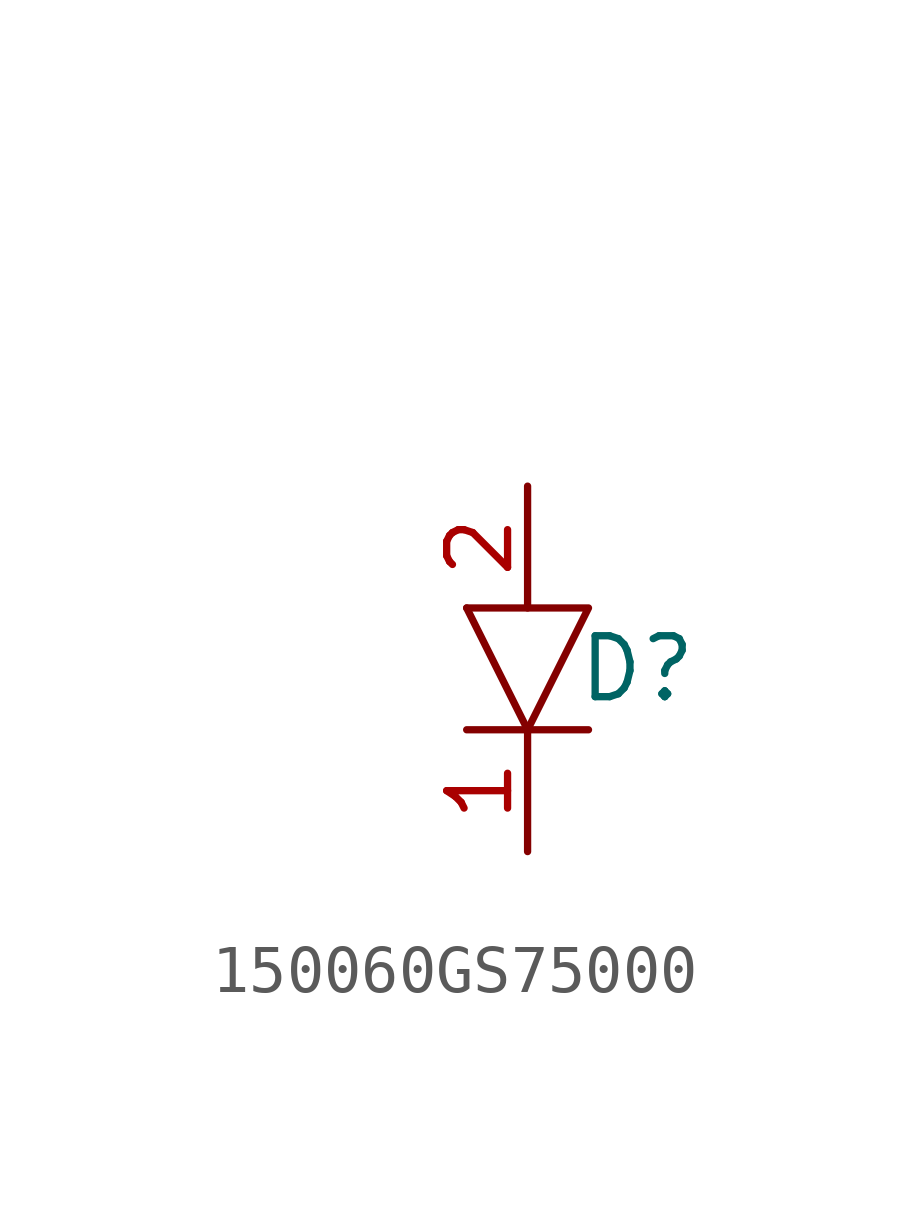
<source format=kicad_sym>
(kicad_symbol_lib
  (version 20231120)
  (generator "kicad_symbol_editor")
  (generator_version "8.0")
  (symbol "150060GS75000"
    (property "Reference" "D"
      (at 4.826 -3.81 0)
      (effects (font (size 1.27 1.27))))
    (property "Value" ""
      (at -3.302 4.572 0)
      (effects (font (size 1.27 1.27))))
    (symbol "150060GS75000_0_1"
      (polyline (pts (xy 1.27 -5.08) (xy 3.81 -5.08)) (stroke (width 0) (type default)) (fill (type none)))
      (polyline (pts (xy 1.27 -2.54) (xy 2.54 -5.08)) (stroke (width 0) (type default)) (fill (type none)))
      (polyline (pts (xy 1.27 -2.54) (xy 3.81 -2.54) (xy 2.54 -5.08)) (stroke (width 0) (type default)) (fill (type none))))
    (symbol "150060GS75000_1_1"
      (pin passive line (at 2.54 -7.62 90) (length 2.54) (name "" (effects (font (size 1.27 1.27)))) (number "1" (effects (font (size 1.27 1.27)))))
      (pin passive line (at 2.54 0 270) (length 2.54) (name "" (effects (font (size 1.27 1.27)))) (number "2" (effects (font (size 1.27 1.27))))))))
</source>
